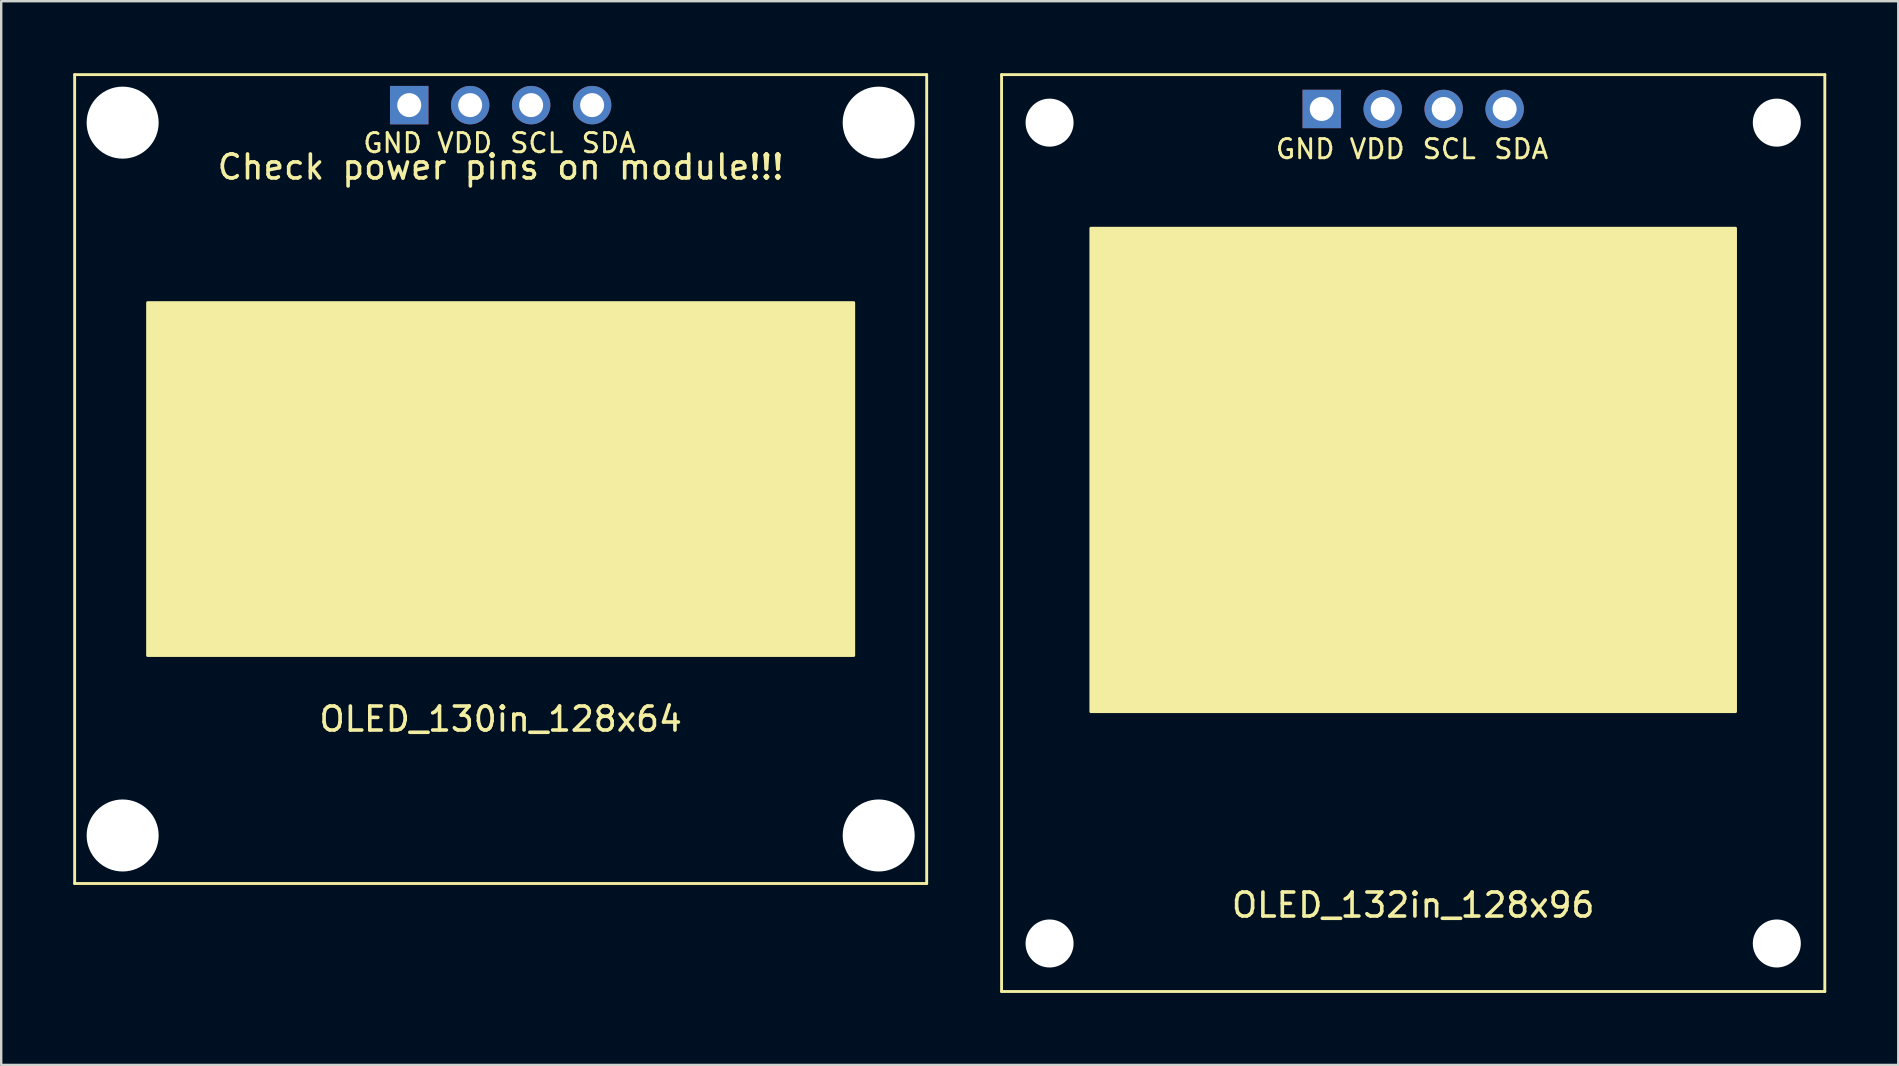
<source format=kicad_pcb>
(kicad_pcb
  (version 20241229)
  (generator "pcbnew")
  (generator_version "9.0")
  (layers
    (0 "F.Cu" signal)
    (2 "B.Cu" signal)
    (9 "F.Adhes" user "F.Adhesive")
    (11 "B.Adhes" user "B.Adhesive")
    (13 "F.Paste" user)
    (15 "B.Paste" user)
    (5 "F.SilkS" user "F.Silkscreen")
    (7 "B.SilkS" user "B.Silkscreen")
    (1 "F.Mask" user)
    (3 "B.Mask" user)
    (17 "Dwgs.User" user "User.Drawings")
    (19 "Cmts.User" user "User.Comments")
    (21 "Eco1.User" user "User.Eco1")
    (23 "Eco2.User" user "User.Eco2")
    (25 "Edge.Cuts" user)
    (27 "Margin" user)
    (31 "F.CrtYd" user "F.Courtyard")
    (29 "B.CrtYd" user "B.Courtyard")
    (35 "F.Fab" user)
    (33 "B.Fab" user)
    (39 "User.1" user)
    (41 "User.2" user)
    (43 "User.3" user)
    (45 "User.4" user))
  (footprint "OLED_132in_128x96"
    (layer "F.Cu")
    (at 55.83 19.16)
    (property "Reference" "OLED_132in_128x96" (at 0 15.5 0) (layer "F.SilkS") (effects (font (size 1 1) (thickness 0.15))))
    (attr through_hole)
    (fp_line (start -17.15 -19.1) (end 17.15 -19.1) (stroke (width 0.12) (type solid)) (layer "F.SilkS"))
    (fp_line (start -17.15 19.1) (end -17.15 -19.1) (stroke (width 0.12) (type solid)) (layer "F.SilkS"))
    (fp_line (start 17.15 -19.1) (end 17.15 19.1) (stroke (width 0.12) (type solid)) (layer "F.SilkS"))
    (fp_line (start 17.15 19.1) (end -17.15 19.1) (stroke (width 0.12) (type solid)) (layer "F.SilkS"))
    (fp_rect (start -13.43 -12.7) (end 13.43 7.44) (stroke (width 0.12) (type solid)) (fill yes) (layer "F.SilkS"))
    (fp_text user "GND" (at -4.5 -16 180) (layer "F.SilkS") (effects (font (size 0.8 0.8) (thickness 0.12))))
    (fp_text user "SDA" (at 4.5 -16 0) (layer "F.SilkS") (effects (font (size 0.8 0.8) (thickness 0.12))))
    (fp_text user "VDD" (at -1.5 -16 0) (layer "F.SilkS") (effects (font (size 0.8 0.8) (thickness 0.12))))
    (fp_text user "SCL" (at 1.5 -16 0) (layer "F.SilkS") (effects (font (size 0.8 0.8) (thickness 0.12))))
    (pad "" np_thru_hole circle (at -15.15 -17.1 90) (size 2 2) (drill 2) (layers "*.Cu" "*.Mask"))
    (pad "" np_thru_hole circle (at -15.15 17.1 90) (size 2 2) (drill 2) (layers "*.Cu" "*.Mask"))
    (pad "" np_thru_hole circle (at 15.15 -17.1 90) (size 2 2) (drill 2) (layers "*.Cu" "*.Mask"))
    (pad "" np_thru_hole circle (at 15.15 17.1 90) (size 2 2) (drill 2) (layers "*.Cu" "*.Mask"))
    (pad "1" thru_hole rect (at -3.81 -17.67 90) (size 1.6 1.6) (drill 1) (layers "*.Cu" "*.Mask"))
    (pad "2" thru_hole circle (at -1.27 -17.67 90) (size 1.6 1.6) (drill 1) (layers "*.Cu" "*.Mask"))
    (pad "3" thru_hole circle (at 1.27 -17.67 90) (size 1.6 1.6) (drill 1) (layers "*.Cu" "*.Mask"))
    (pad "4" thru_hole circle (at 3.81 -17.67 90) (size 1.6 1.6) (drill 1) (layers "*.Cu" "*.Mask")))
  (footprint "OLED_130in_128x64"
    (layer "F.Cu")
    (at 17.81 16.91)
    (property "Reference" "OLED_130in_128x64" (at 0 10 0) (layer "F.SilkS") (effects (font (size 1 1) (thickness 0.15))))
    (attr through_hole)
    (fp_line (start -17.75 -16.85) (end 17.75 -16.85) (stroke (width 0.12) (type solid)) (layer "F.SilkS"))
    (fp_line (start -17.75 16.85) (end -17.75 -16.85) (stroke (width 0.12) (type solid)) (layer "F.SilkS"))
    (fp_line (start 17.75 -16.85) (end 17.75 16.85) (stroke (width 0.12) (type solid)) (layer "F.SilkS"))
    (fp_line (start 17.75 16.85) (end -17.75 16.85) (stroke (width 0.12) (type solid)) (layer "F.SilkS"))
    (fp_rect (start -14.71 -7.35) (end 14.71 7.35) (stroke (width 0.12) (type solid)) (fill yes) (layer "F.SilkS"))
    (fp_text user "SCL" (at 1.5 -14 0) (layer "F.SilkS") (effects (font (size 0.8 0.8) (thickness 0.12))))
    (fp_text user "SDA" (at 4.5 -14 0) (layer "F.SilkS") (effects (font (size 0.8 0.8) (thickness 0.12))))
    (fp_text user "Check power pins on module!!!" (at 0 -13 0) (unlocked yes) (layer "F.SilkS") (effects (font (size 1 1) (thickness 0.15))))
    (fp_text user "GND" (at -4.5 -14 180) (layer "F.SilkS") (effects (font (size 0.8 0.8) (thickness 0.12))))
    (fp_text user "VDD" (at -1.5 -14 0) (layer "F.SilkS") (effects (font (size 0.8 0.8) (thickness 0.12))))
    (pad "" np_thru_hole circle (at -15.75 -14.85 90) (size 3 3) (drill 3) (layers "*.Cu" "*.Mask"))
    (pad "" np_thru_hole circle (at -15.75 14.85 90) (size 3 3) (drill 3) (layers "*.Cu" "*.Mask"))
    (pad "" np_thru_hole circle (at 15.75 -14.85 90) (size 3 3) (drill 3) (layers "*.Cu" "*.Mask"))
    (pad "" np_thru_hole circle (at 15.75 14.85 90) (size 3 3) (drill 3) (layers "*.Cu" "*.Mask"))
    (pad "1" thru_hole rect (at -3.81 -15.58 90) (size 1.6 1.6) (drill 1) (layers "*.Cu" "*.Mask"))
    (pad "2" thru_hole circle (at -1.27 -15.58 90) (size 1.6 1.6) (drill 1) (layers "*.Cu" "*.Mask"))
    (pad "3" thru_hole circle (at 1.27 -15.58 90) (size 1.6 1.6) (drill 1) (layers "*.Cu" "*.Mask"))
    (pad "4" thru_hole circle (at 3.81 -15.58 90) (size 1.6 1.6) (drill 1) (layers "*.Cu" "*.Mask")))
  (gr_rect
    (start -3 -3)
    (end 76.04 41.32)
    (stroke (width 0.1) (type default))
    (fill no)
    (layer "Edge.Cuts")))
</source>
